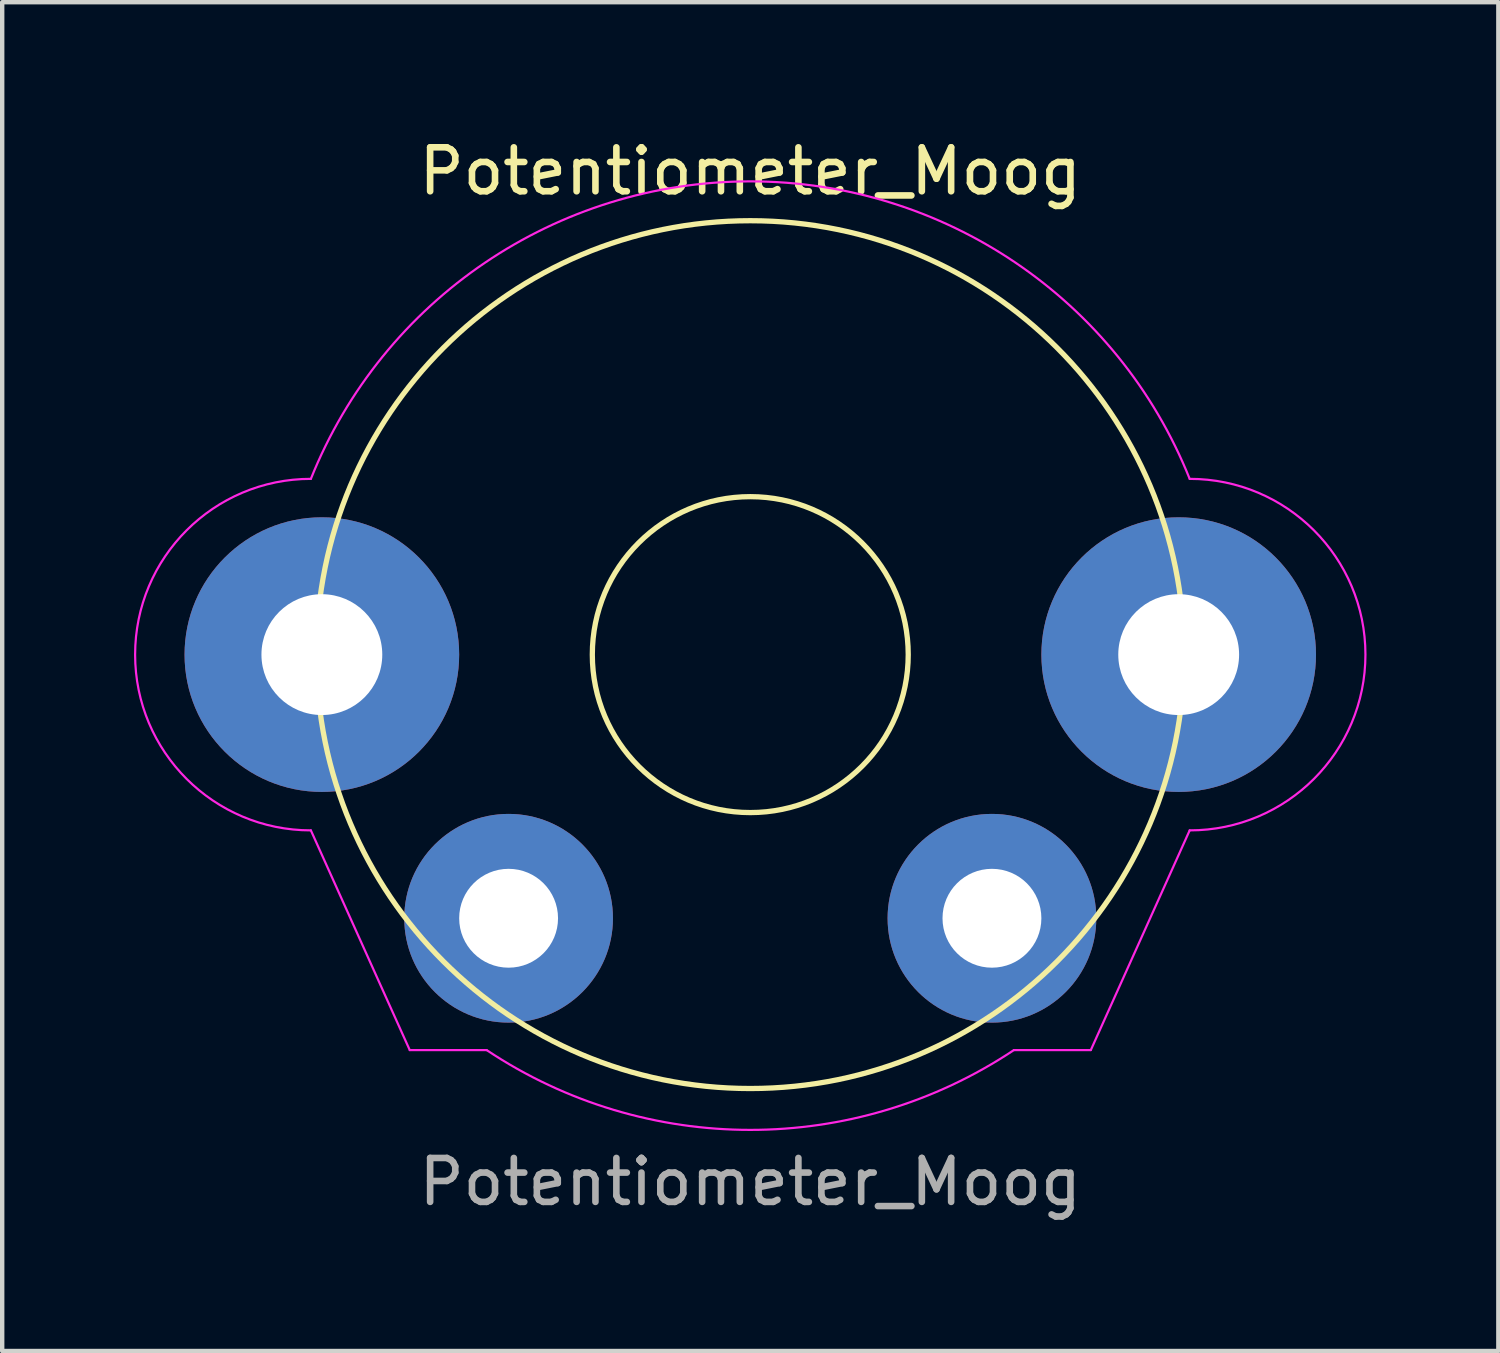
<source format=kicad_pcb>
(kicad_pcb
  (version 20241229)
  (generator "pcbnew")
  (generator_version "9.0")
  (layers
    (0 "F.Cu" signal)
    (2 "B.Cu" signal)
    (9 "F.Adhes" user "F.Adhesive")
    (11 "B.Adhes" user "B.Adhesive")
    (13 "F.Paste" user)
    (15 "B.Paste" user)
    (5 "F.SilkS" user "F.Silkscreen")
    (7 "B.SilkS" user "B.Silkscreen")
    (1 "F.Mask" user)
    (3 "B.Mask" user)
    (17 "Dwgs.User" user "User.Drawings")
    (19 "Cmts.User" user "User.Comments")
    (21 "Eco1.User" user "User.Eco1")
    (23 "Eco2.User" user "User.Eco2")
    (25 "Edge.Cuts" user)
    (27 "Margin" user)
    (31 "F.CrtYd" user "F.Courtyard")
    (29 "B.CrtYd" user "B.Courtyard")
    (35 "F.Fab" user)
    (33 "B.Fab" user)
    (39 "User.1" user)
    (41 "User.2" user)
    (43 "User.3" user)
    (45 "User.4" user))
  (footprint "Potentiometer_Moog"
    (layer "F.Cu")
    (at 14.025 11.848)
    (property "Reference" "Potentiometer_Moog" (at 0 -11 0) (unlocked yes) (layer "F.SilkS") (effects (font (size 1 1) (thickness 0.15))))
    (attr through_hole)
    (fp_circle (center 0 0) (end 3.593 0.116) (stroke (width 0.12) (type default)) (fill no) (layer "F.SilkS"))
    (fp_circle (center 0 0) (end 9.875 0) (stroke (width 0.12) (type default)) (fill no) (layer "F.SilkS"))
    (fp_line (start -10 4) (end -7.75 9) (stroke (width 0.05) (type default)) (layer "F.CrtYd"))
    (fp_line (start -6 9) (end -7.75 9) (stroke (width 0.05) (type default)) (layer "F.CrtYd"))
    (fp_line (start 7.75 9) (end 6 9) (stroke (width 0.05) (type default)) (layer "F.CrtYd"))
    (fp_line (start 10 4) (end 7.75 9) (stroke (width 0.05) (type default)) (layer "F.CrtYd"))
    (fp_arc (start -9.999999 -4) (mid 0 -10.770329) (end 9.999999 -4) (stroke (width 0.05) (type default)) (layer "F.CrtYd"))
    (fp_arc (start -9.999999 4) (mid -14 0) (end -9.999999 -4) (stroke (width 0.05) (type default)) (layer "F.CrtYd"))
    (fp_arc (start 6 8.999999) (mid 0 10.816653) (end -6 8.999999) (stroke (width 0.05) (type default)) (layer "F.CrtYd"))
    (fp_arc (start 9.999999 -4) (mid 14 0) (end 9.999999 4) (stroke (width 0.05) (type default)) (layer "F.CrtYd"))
    (fp_text user "${REFERENCE}" (at 0 12 0) (unlocked yes) (layer "F.Fab") (effects (font (size 1 1) (thickness 0.15))))
    (pad "1" thru_hole circle (at -5.5 6) (size 4.75 4.75) (drill 2.25) (layers "*.Cu" "*.Mask"))
    (pad "2" thru_hole circle (at -9.75 0) (size 6.25 6.25) (drill 2.75) (layers "*.Cu" "*.Mask"))
    (pad "2" thru_hole circle (at 9.75 0) (size 6.25 6.25) (drill 2.75) (layers "*.Cu" "*.Mask"))
    (pad "3" thru_hole circle (at 5.5 6) (size 4.75 4.75) (drill 2.25) (layers "*.Cu" "*.Mask")))
  (gr_rect
    (start -3 -3)
    (end 31.05 27.697)
    (stroke (width 0.1) (type default))
    (fill no)
    (layer "Edge.Cuts")))
</source>
